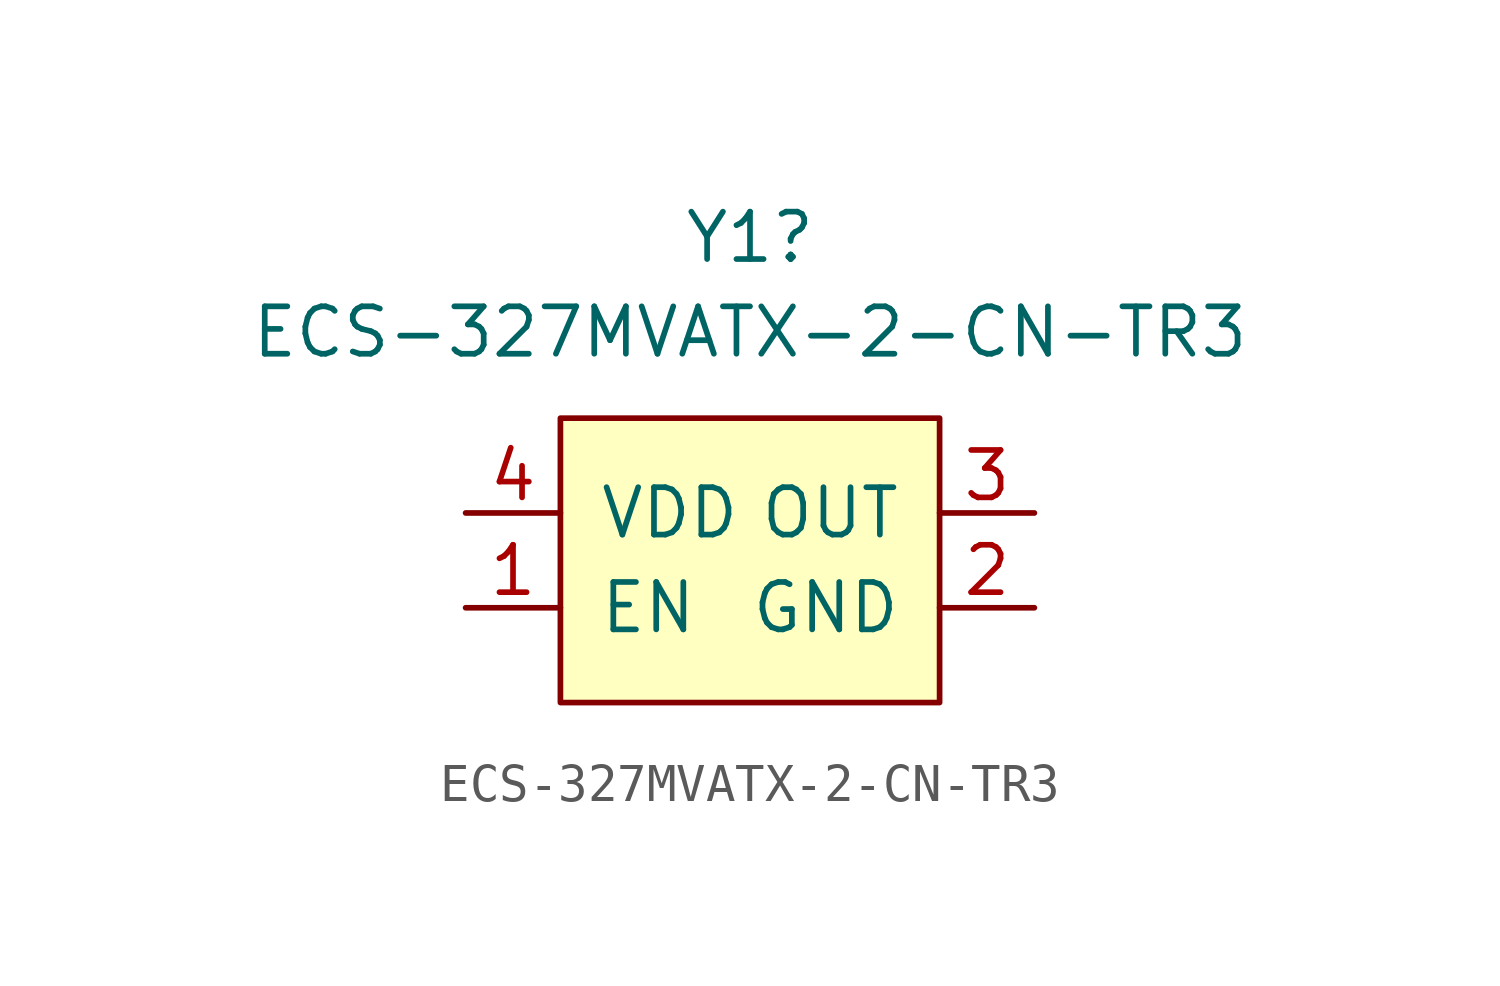
<source format=kicad_sym>
(kicad_symbol_lib
  (version 20220914)
  (generator kicad_symbol_editor)
  (symbol "ECS-327MVATX-2-CN-TR3"
    (pin_names
      (offset 1.016))
    (property "Reference" "Y1"
      (at 0 7.383 0)
      (effects (font (size 1.27 1.27))))
    (property "Value" "ECS-327MVATX-2-CN-TR3"
      (at 0 4.846 0)
      (effects (font (size 1.27 1.27))))
    (symbol "ECS-327MVATX-2-CN-TR3_0_1"
      (rectangle (start -5.08 2.54) (end 5.08 -5.08) (stroke (width 0) (type default)) (fill (type background))))
    (symbol "ECS-327MVATX-2-CN-TR3_1_1"
      (pin input line (at -7.62 -2.54 0) (length 2.54) (name "EN" (effects (font (size 1.27 1.27)))) (number "1" (effects (font (size 1.27 1.27)))))
      (pin power_in line (at 7.62 -2.54 180) (length 2.54) (name "GND" (effects (font (size 1.27 1.27)))) (number "2" (effects (font (size 1.27 1.27)))))
      (pin output line (at 7.62 0 180) (length 2.54) (name "OUT" (effects (font (size 1.27 1.27)))) (number "3" (effects (font (size 1.27 1.27)))))
      (pin power_in line (at -7.62 0 0) (length 2.54) (name "VDD" (effects (font (size 1.27 1.27)))) (number "4" (effects (font (size 1.27 1.27))))))))
</source>
